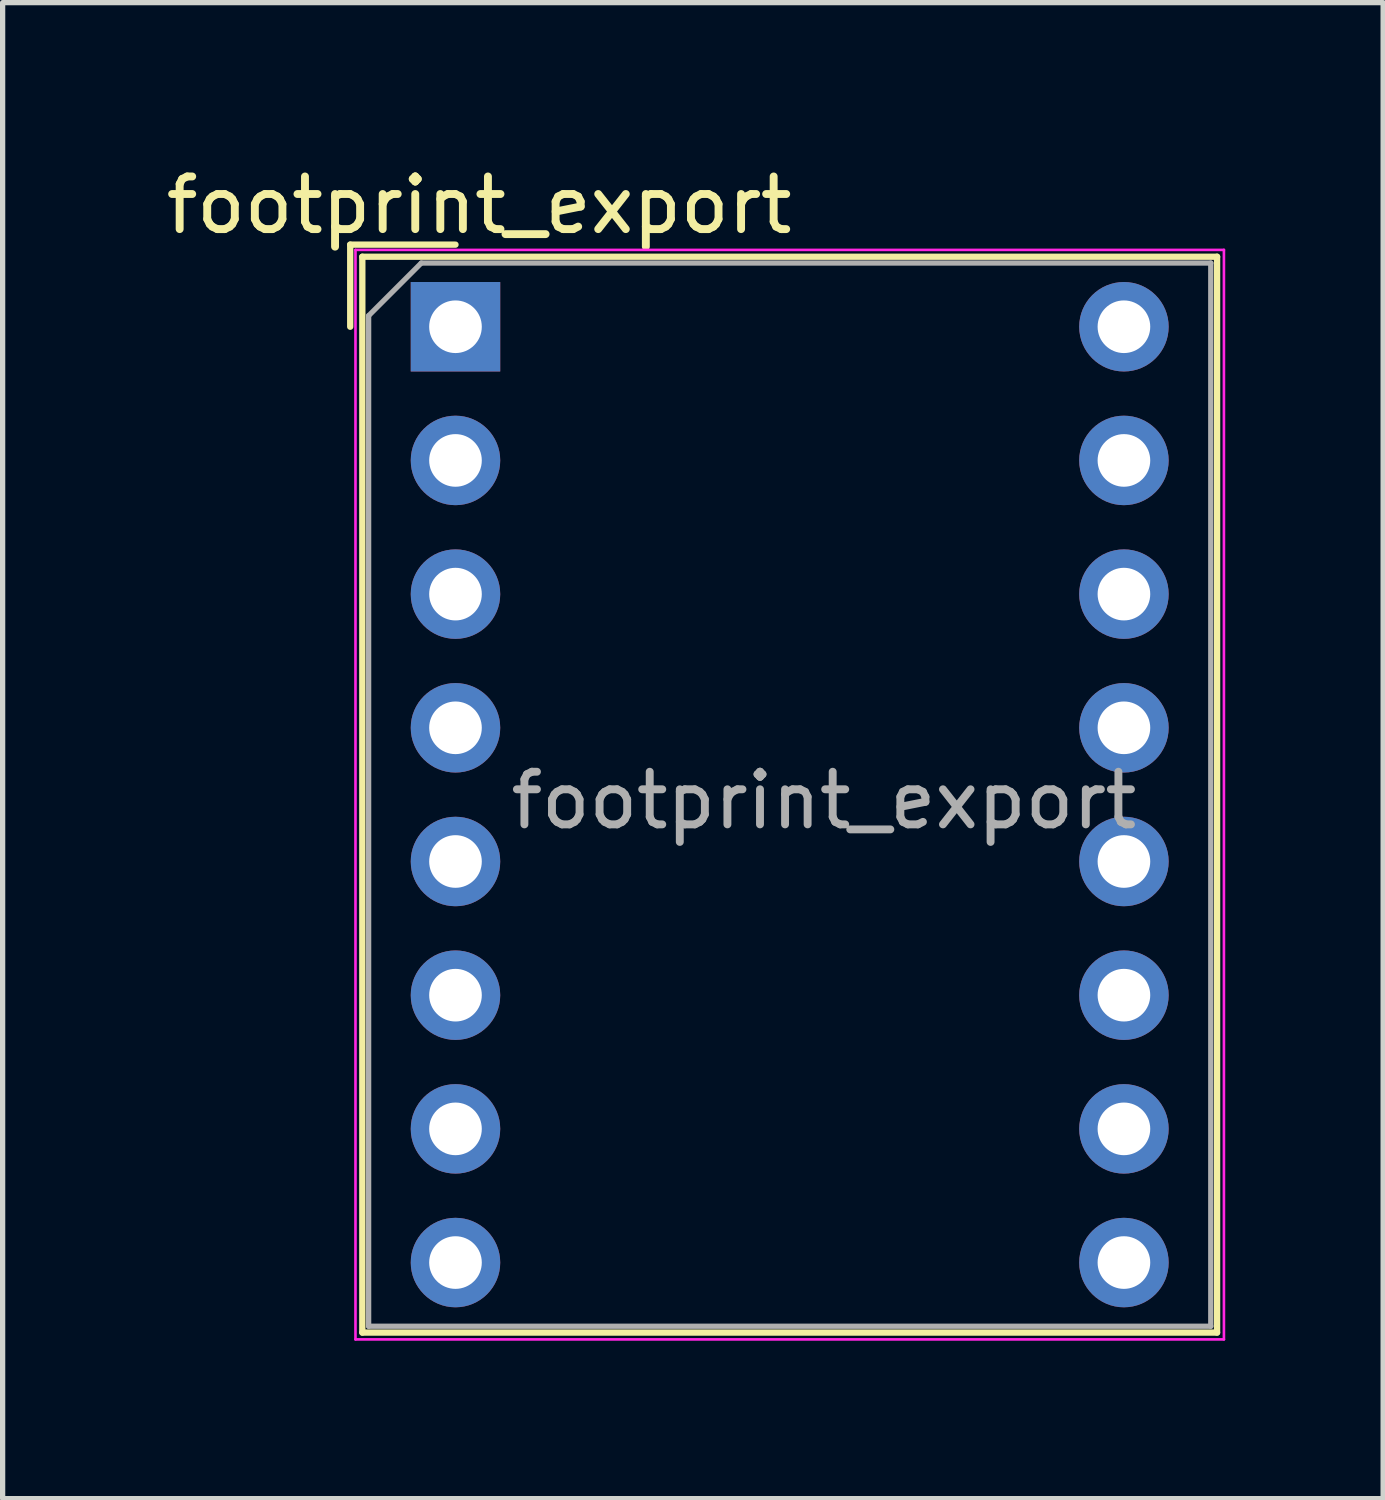
<source format=kicad_pcb>
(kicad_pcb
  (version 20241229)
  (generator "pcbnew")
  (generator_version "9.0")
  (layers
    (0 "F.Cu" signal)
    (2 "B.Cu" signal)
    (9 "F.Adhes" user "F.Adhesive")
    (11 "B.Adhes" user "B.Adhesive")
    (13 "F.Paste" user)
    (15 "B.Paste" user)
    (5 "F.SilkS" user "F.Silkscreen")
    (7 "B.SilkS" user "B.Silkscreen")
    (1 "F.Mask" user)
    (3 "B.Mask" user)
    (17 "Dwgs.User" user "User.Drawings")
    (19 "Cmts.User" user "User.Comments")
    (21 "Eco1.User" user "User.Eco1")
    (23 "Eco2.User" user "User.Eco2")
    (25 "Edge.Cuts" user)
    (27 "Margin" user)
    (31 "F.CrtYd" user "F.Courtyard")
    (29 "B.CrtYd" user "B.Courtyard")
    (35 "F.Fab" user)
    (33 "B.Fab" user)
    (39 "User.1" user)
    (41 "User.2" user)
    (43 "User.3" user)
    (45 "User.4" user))
  (footprint "footprint_export"
    (layer "F.Cu")
    (at 5.604 3.158)
    (property "Reference" "footprint_export" (at 0.45 -2.31 0) (layer "F.SilkS") (effects (font (size 1 1) (thickness 0.15))))
    (attr through_hole)
    (fp_line (start -2 -1.56) (end -2 0) (stroke (width 0.12) (type solid)) (layer "F.SilkS"))
    (fp_line (start -2 -1.56) (end 0 -1.56) (stroke (width 0.12) (type solid)) (layer "F.SilkS"))
    (fp_line (start -1.77 -1.33) (end 14.47 -1.33) (stroke (width 0.12) (type solid)) (layer "F.SilkS"))
    (fp_line (start -1.77 19.11) (end -1.77 -1.33) (stroke (width 0.12) (type solid)) (layer "F.SilkS"))
    (fp_line (start 14.47 -1.33) (end 14.47 19.11) (stroke (width 0.12) (type solid)) (layer "F.SilkS"))
    (fp_line (start 14.47 19.11) (end -1.77 19.11) (stroke (width 0.12) (type solid)) (layer "F.SilkS"))
    (fp_line (start -1.9 -1.46) (end 14.6 -1.46) (stroke (width 0.05) (type solid)) (layer "F.CrtYd"))
    (fp_line (start -1.9 19.24) (end -1.9 -1.46) (stroke (width 0.05) (type solid)) (layer "F.CrtYd"))
    (fp_line (start 14.6 -1.46) (end 14.6 19.24) (stroke (width 0.05) (type solid)) (layer "F.CrtYd"))
    (fp_line (start 14.6 19.24) (end -1.9 19.24) (stroke (width 0.05) (type solid)) (layer "F.CrtYd"))
    (fp_line (start -1.65 -0.21) (end -0.65 -1.21) (stroke (width 0.1) (type solid)) (layer "F.Fab"))
    (fp_line (start -1.65 18.99) (end -1.65 -0.21) (stroke (width 0.1) (type solid)) (layer "F.Fab"))
    (fp_line (start -0.65 -1.21) (end 14.35 -1.21) (stroke (width 0.1) (type solid)) (layer "F.Fab"))
    (fp_line (start 14.35 -1.21) (end 14.35 18.99) (stroke (width 0.1) (type solid)) (layer "F.Fab"))
    (fp_line (start 14.35 18.99) (end -1.65 18.99) (stroke (width 0.1) (type solid)) (layer "F.Fab"))
    (fp_text user "${REFERENCE}" (at 7 9 0) (layer "F.Fab") (effects (font (size 1 1) (thickness 0.15))))
    (pad "1" thru_hole rect (at 0 0) (size 1.7 1.7) (drill 1) (layers "*.Cu" "*.Mask"))
    (pad "2" thru_hole circle (at 0 2.54) (size 1.7 1.7) (drill 1) (layers "*.Cu" "*.Mask"))
    (pad "3" thru_hole circle (at 0 5.08) (size 1.7 1.7) (drill 1) (layers "*.Cu" "*.Mask"))
    (pad "4" thru_hole circle (at 0 7.62) (size 1.7 1.7) (drill 1) (layers "*.Cu" "*.Mask"))
    (pad "5" thru_hole circle (at 0 10.16) (size 1.7 1.7) (drill 1) (layers "*.Cu" "*.Mask"))
    (pad "6" thru_hole circle (at 0 12.7) (size 1.7 1.7) (drill 1) (layers "*.Cu" "*.Mask"))
    (pad "7" thru_hole circle (at 0 15.24) (size 1.7 1.7) (drill 1) (layers "*.Cu" "*.Mask"))
    (pad "8" thru_hole circle (at 0 17.78) (size 1.7 1.7) (drill 1) (layers "*.Cu" "*.Mask"))
    (pad "9" thru_hole circle (at 12.7 17.78) (size 1.7 1.7) (drill 1) (layers "*.Cu" "*.Mask"))
    (pad "10" thru_hole circle (at 12.7 15.24) (size 1.7 1.7) (drill 1) (layers "*.Cu" "*.Mask"))
    (pad "11" thru_hole circle (at 12.7 12.7) (size 1.7 1.7) (drill 1) (layers "*.Cu" "*.Mask"))
    (pad "12" thru_hole circle (at 12.7 10.16) (size 1.7 1.7) (drill 1) (layers "*.Cu" "*.Mask"))
    (pad "13" thru_hole circle (at 12.7 7.62) (size 1.7 1.7) (drill 1) (layers "*.Cu" "*.Mask"))
    (pad "14" thru_hole circle (at 12.7 5.08) (size 1.7 1.7) (drill 1) (layers "*.Cu" "*.Mask"))
    (pad "15" thru_hole circle (at 12.7 2.54) (size 1.7 1.7) (drill 1) (layers "*.Cu" "*.Mask"))
    (pad "16" thru_hole circle (at 12.7 0) (size 1.7 1.7) (drill 1) (layers "*.Cu" "*.Mask")))
  (gr_rect
    (start -3 -3)
    (end 23.229 25.423)
    (stroke (width 0.1) (type default))
    (fill no)
    (layer "Edge.Cuts")))
</source>
